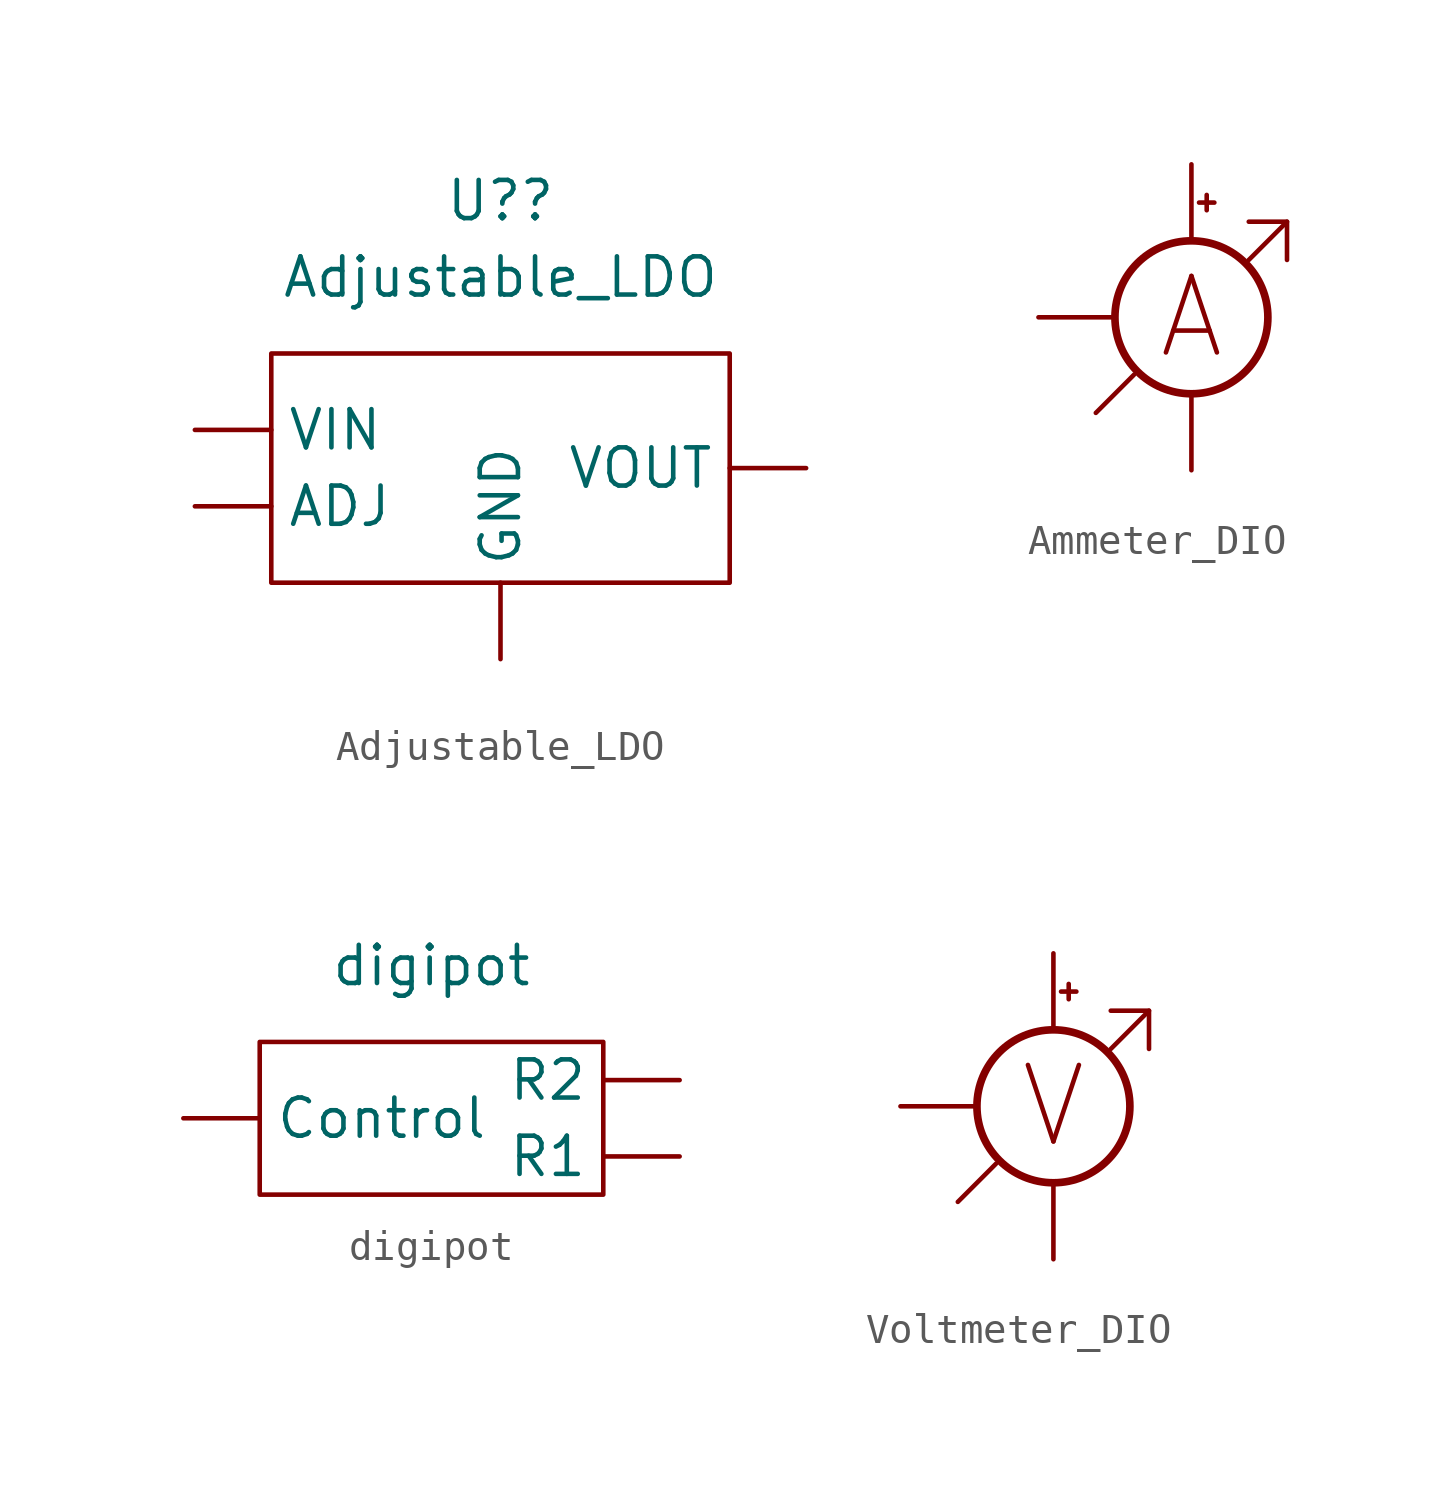
<source format=kicad_sym>
(kicad_symbol_lib
  (version 20211014)
  (generator kicad_symbol_editor)
  (symbol "Adjustable_LDO"
    (property "Reference" "U?"
      (at 0 0 0)
      (effects (font (size 1.27 1.27))))
    (property "Value" "Adjustable_LDO"
      (at 0 -2.54 0)
      (effects (font (size 1.27 1.27))))
    (symbol "Adjustable_LDO_0_1"
      (rectangle (start -7.62 -5.08) (end 7.62 -12.7) (stroke (width 0) (type default) (color 0 0 0 0)) (fill (type none))))
    (symbol "Adjustable_LDO_1_1"
      (pin input line (at -10.16 -10.16 0) (length 2.54) (name "ADJ" (effects (font (size 1.27 1.27)))) (number "" (effects (font (size 1.27 1.27)))))
      (pin power_in line (at 0 -15.24 90) (length 2.54) (name "GND" (effects (font (size 1.27 1.27)))) (number "" (effects (font (size 1.27 1.27)))))
      (pin power_in line (at -10.16 -7.62 0) (length 2.54) (name "VIN" (effects (font (size 1.27 1.27)))) (number "" (effects (font (size 1.27 1.27)))))
      (pin power_out line (at 10.16 -8.89 180) (length 2.54) (name "VOUT" (effects (font (size 1.27 1.27)))) (number "" (effects (font (size 1.27 1.27)))))))
  (symbol "Ammeter_DIO"
    (pin_numbers hide)
    (pin_names
      (offset 0.025) hide)
    (property "Reference" "MES2"
      (at 3.81 1.715 0)
      (effects (font (size 1.27 1.27)) (justify left) hide))
    (symbol "Ammeter_DIO_0_0"
      (polyline (pts (xy -3.175 -3.175) (xy -1.905 -1.905)) (stroke (width 0) (type default) (color 0 0 0 0)) (fill (type none)))
      (polyline (pts (xy 1.905 1.905) (xy 3.175 3.175)) (stroke (width 0) (type default) (color 0 0 0 0)) (fill (type none)))
      (polyline (pts (xy 1.905 3.175) (xy 3.175 3.175) (xy 3.175 1.905)) (stroke (width 0) (type default) (color 0 0 0 0)) (fill (type none)))
      (text "A" (at 0 0 0) (effects (font (size 2.54 2.54)))))
    (symbol "Ammeter_DIO_0_1"
      (polyline (pts (xy 0.254 3.81) (xy 0.762 3.81)) (stroke (width 0) (type default) (color 0 0 0 0)) (fill (type none)))
      (polyline (pts (xy 0.508 4.064) (xy 0.508 3.556)) (stroke (width 0) (type default) (color 0 0 0 0)) (fill (type none)))
      (circle (center 0 0) (radius 2.54) (stroke (width 0.254) (type default) (color 0 0 0 0)) (fill (type none))))
    (symbol "Ammeter_DIO_1_1"
      (pin output line (at -5.08 0 0) (length 2.54) (name "" (effects (font (size 1.27 1.27)))) (number "" (effects (font (size 1.27 1.27)))))
      (pin passive line (at 0 -5.08 90) (length 2.54) (name "-" (effects (font (size 1.27 1.27)))) (number "1" (effects (font (size 1.27 1.27)))))
      (pin passive line (at 0 5.08 270) (length 2.54) (name "+" (effects (font (size 1.27 1.27)))) (number "2" (effects (font (size 1.27 1.27)))))))
  (symbol "digipot"
    (property "Reference" "R2"
      (at 5.08 5.08 0)
      (effects (font (size 1.27 1.27)) hide))
    (property "Value" "digipot"
      (at 5.715 2.54 0)
      (effects (font (size 1.27 1.27))))
    (symbol "digipot_0_1"
      (rectangle (start 0 0) (end 11.43 -5.08) (stroke (width 0) (type default) (color 0 0 0 0)) (fill (type none))))
    (symbol "digipot_1_1"
      (pin input line (at -2.54 -2.54 0) (length 2.54) (name "Control" (effects (font (size 1.27 1.27)))) (number "" (effects (font (size 1.27 1.27)))))
      (pin passive line (at 13.97 -3.81 180) (length 2.54) (name "R1" (effects (font (size 1.27 1.27)))) (number "" (effects (font (size 1.27 1.27)))))
      (pin passive line (at 13.97 -1.27 180) (length 2.54) (name "R2" (effects (font (size 1.27 1.27)))) (number "" (effects (font (size 1.27 1.27)))))))
  (symbol "Voltmeter_DIO"
    (pin_numbers hide)
    (pin_names
      (offset 0.025) hide)
    (property "Reference" "MES1"
      (at 3.81 1.715 0)
      (effects (font (size 1.27 1.27)) (justify left) hide))
    (symbol "Voltmeter_DIO_0_0"
      (polyline (pts (xy -3.175 -3.175) (xy -1.905 -1.905)) (stroke (width 0) (type default) (color 0 0 0 0)) (fill (type none)))
      (polyline (pts (xy 1.905 1.905) (xy 3.175 3.175)) (stroke (width 0) (type default) (color 0 0 0 0)) (fill (type none)))
      (polyline (pts (xy 1.905 3.175) (xy 3.175 3.175) (xy 3.175 1.905)) (stroke (width 0) (type default) (color 0 0 0 0)) (fill (type none)))
      (text "V" (at 0 0 0) (effects (font (size 2.54 2.54)))))
    (symbol "Voltmeter_DIO_0_1"
      (polyline (pts (xy 0.254 3.81) (xy 0.762 3.81)) (stroke (width 0) (type default) (color 0 0 0 0)) (fill (type none)))
      (polyline (pts (xy 0.508 4.064) (xy 0.508 3.556)) (stroke (width 0) (type default) (color 0 0 0 0)) (fill (type none)))
      (circle (center 0 0) (radius 2.54) (stroke (width 0.254) (type default) (color 0 0 0 0)) (fill (type none))))
    (symbol "Voltmeter_DIO_1_1"
      (pin output line (at -5.08 0 0) (length 2.54) (name "" (effects (font (size 1.27 1.27)))) (number "" (effects (font (size 1.27 1.27)))))
      (pin passive line (at 0 -5.08 90) (length 2.54) (name "-" (effects (font (size 1.27 1.27)))) (number "1" (effects (font (size 1.27 1.27)))))
      (pin passive line (at 0 5.08 270) (length 2.54) (name "+" (effects (font (size 1.27 1.27)))) (number "2" (effects (font (size 1.27 1.27))))))))
</source>
